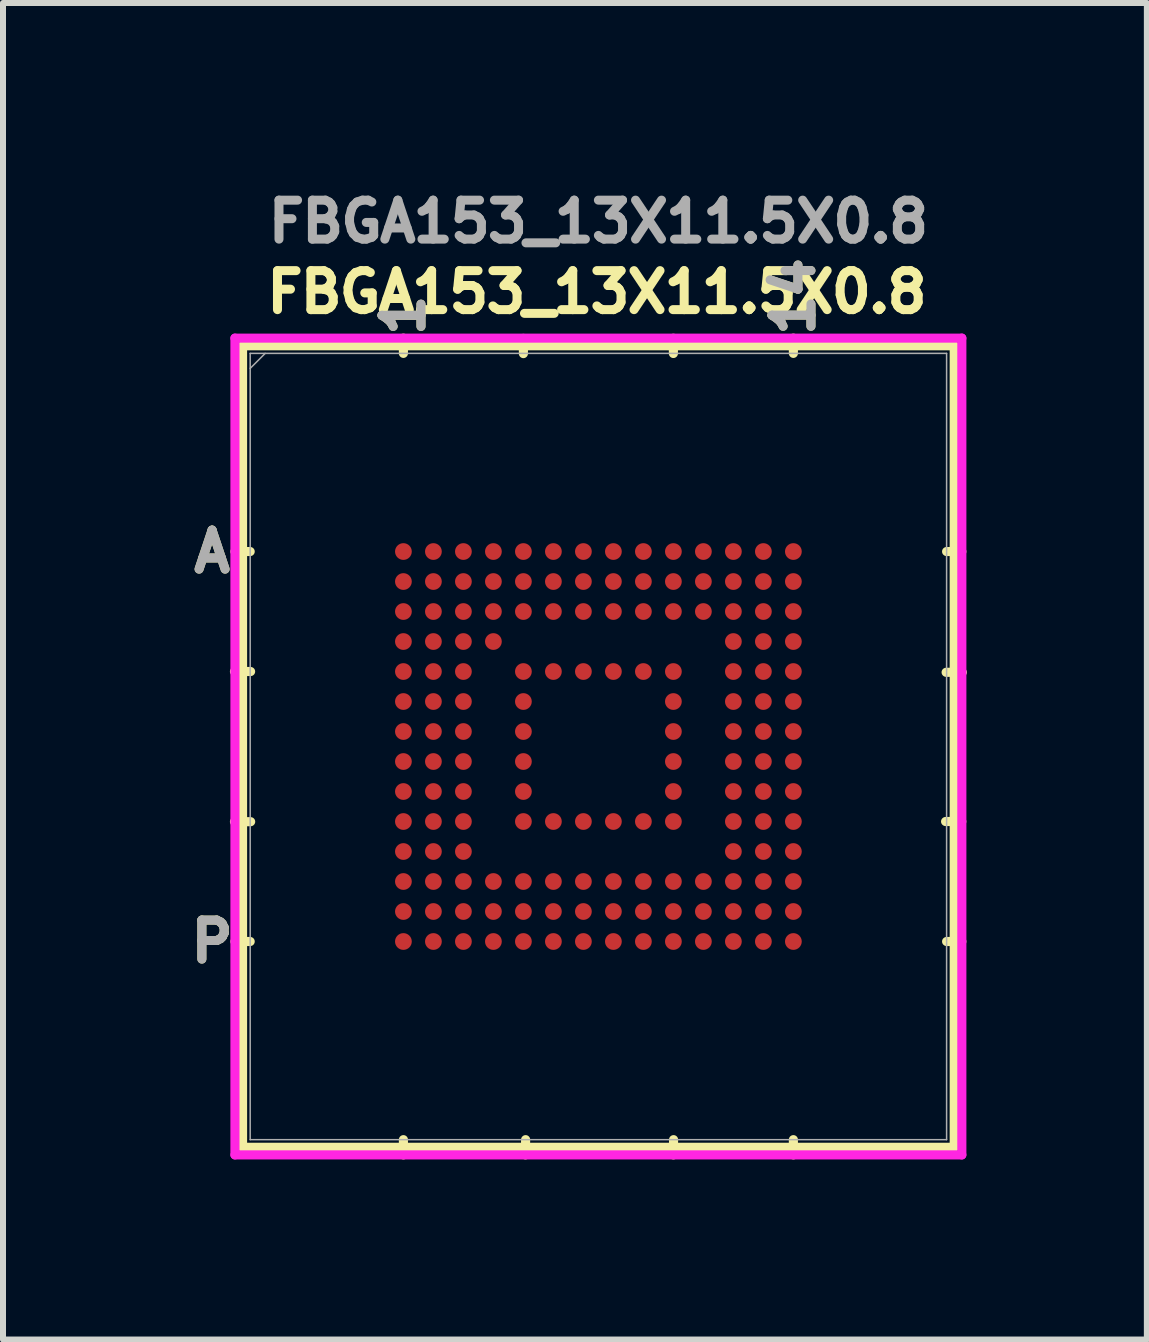
<source format=kicad_pcb>
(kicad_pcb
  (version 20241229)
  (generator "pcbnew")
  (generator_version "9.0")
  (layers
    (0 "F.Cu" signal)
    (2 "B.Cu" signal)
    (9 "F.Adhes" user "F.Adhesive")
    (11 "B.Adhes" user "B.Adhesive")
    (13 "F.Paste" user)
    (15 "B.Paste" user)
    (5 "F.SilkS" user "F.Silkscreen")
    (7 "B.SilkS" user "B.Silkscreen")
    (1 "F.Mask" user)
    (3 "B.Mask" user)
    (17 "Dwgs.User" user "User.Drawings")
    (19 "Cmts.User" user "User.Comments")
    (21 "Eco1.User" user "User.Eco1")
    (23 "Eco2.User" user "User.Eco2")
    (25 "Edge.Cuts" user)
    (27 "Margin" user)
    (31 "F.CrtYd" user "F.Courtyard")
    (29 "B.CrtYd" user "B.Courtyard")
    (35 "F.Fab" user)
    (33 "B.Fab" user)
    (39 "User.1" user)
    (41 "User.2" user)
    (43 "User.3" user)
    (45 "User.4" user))
  (footprint "FBGA153_13X11.5X0.8"
    (layer "F.Cu")
    (at 6.924 9.393)
    (property "Reference" "FBGA153_13X11.5X0.8" (at -0.025 -7.575 0) (unlocked yes) (layer "F.SilkS") (effects (font (size 0.65 0.65) (thickness 0.15))))
    (attr smd)
    (fp_line (start -5.931 -6.68) (end -5.931 6.68) (stroke (width 0.152) (type solid)) (layer "F.SilkS"))
    (fp_line (start -5.931 6.68) (end 5.931 6.68) (stroke (width 0.152) (type solid)) (layer "F.SilkS"))
    (fp_line (start -5.804 -3.25) (end -6.058 -3.25) (stroke (width 0.152) (type solid)) (layer "F.SilkS"))
    (fp_line (start -5.804 3.25) (end -6.058 3.25) (stroke (width 0.152) (type solid)) (layer "F.SilkS"))
    (fp_line (start -5.797 -1.25) (end -6.066 -1.25) (stroke (width 0.152) (type solid)) (layer "F.SilkS"))
    (fp_line (start -5.796 1.253) (end -6.066 1.253) (stroke (width 0.152) (type solid)) (layer "F.SilkS"))
    (fp_line (start -3.25 -6.553) (end -3.25 -6.807) (stroke (width 0.152) (type solid)) (layer "F.SilkS"))
    (fp_line (start -3.25 6.553) (end -3.25 6.807) (stroke (width 0.152) (type solid)) (layer "F.SilkS"))
    (fp_line (start -1.25 -6.549) (end -1.25 -6.803) (stroke (width 0.152) (type solid)) (layer "F.SilkS"))
    (fp_line (start -1.216 6.807) (end -1.213 6.553) (stroke (width 0.152) (type solid)) (layer "F.SilkS"))
    (fp_line (start 1.25 -6.551) (end 1.25 -6.805) (stroke (width 0.152) (type solid)) (layer "F.SilkS"))
    (fp_line (start 1.25 6.807) (end 1.253 6.553) (stroke (width 0.152) (type solid)) (layer "F.SilkS"))
    (fp_line (start 3.25 -6.553) (end 3.25 -6.807) (stroke (width 0.152) (type solid)) (layer "F.SilkS"))
    (fp_line (start 3.25 6.553) (end 3.25 6.807) (stroke (width 0.152) (type solid)) (layer "F.SilkS"))
    (fp_line (start 5.804 -3.25) (end 6.058 -3.25) (stroke (width 0.152) (type solid)) (layer "F.SilkS"))
    (fp_line (start 5.804 3.25) (end 6.058 3.25) (stroke (width 0.152) (type solid)) (layer "F.SilkS"))
    (fp_line (start 5.931 -6.68) (end -5.931 -6.68) (stroke (width 0.152) (type solid)) (layer "F.SilkS"))
    (fp_line (start 5.931 6.68) (end 5.931 -6.68) (stroke (width 0.152) (type solid)) (layer "F.SilkS"))
    (fp_line (start 6.057 1.25) (end 5.787 1.25) (stroke (width 0.152) (type solid)) (layer "F.SilkS"))
    (fp_line (start 6.066 -1.237) (end 5.796 -1.237) (stroke (width 0.152) (type solid)) (layer "F.SilkS"))
    (fp_line (start -6.058 -6.807) (end 6.058 -6.807) (stroke (width 0.152) (type solid)) (layer "F.CrtYd"))
    (fp_line (start -6.058 6.807) (end -6.058 -6.807) (stroke (width 0.152) (type solid)) (layer "F.CrtYd"))
    (fp_line (start 6.058 -6.807) (end 6.058 6.807) (stroke (width 0.152) (type solid)) (layer "F.CrtYd"))
    (fp_line (start 6.058 6.807) (end -6.058 6.807) (stroke (width 0.152) (type solid)) (layer "F.CrtYd"))
    (fp_line (start -5.804 -6.553) (end -5.804 6.553) (stroke (width 0.025) (type solid)) (layer "F.Fab"))
    (fp_line (start -5.804 6.553) (end 5.804 6.553) (stroke (width 0.025) (type solid)) (layer "F.Fab"))
    (fp_line (start -5.554 -6.553) (end -5.804 -6.303) (stroke (width 0.025) (type solid)) (layer "F.Fab"))
    (fp_line (start 5.804 -6.553) (end -5.804 -6.553) (stroke (width 0.025) (type solid)) (layer "F.Fab"))
    (fp_line (start 5.804 6.553) (end 5.804 -6.553) (stroke (width 0.025) (type solid)) (layer "F.Fab"))
    (fp_text user "1" (at -3.25 -7.188 90) (unlocked yes) (layer "F.SilkS") (effects (font (size 0.65 0.65) (thickness 0.15))))
    (fp_text user "A" (at -6.439 -3.25 0) (unlocked yes) (layer "F.SilkS") (effects (font (size 0.65 0.65) (thickness 0.15))))
    (fp_text user "14" (at 3.25 -7.5 90) (unlocked yes) (layer "F.SilkS") (effects (font (size 0.65 0.65) (thickness 0.15))))
    (fp_text user "P" (at -6.439 3.25 0) (unlocked yes) (layer "F.SilkS") (effects (font (size 0.65 0.65) (thickness 0.15))))
    (fp_text user "1" (at -3.25 -7.188 90) (unlocked yes) (layer "F.Fab") (effects (font (size 0.65 0.65) (thickness 0.15))))
    (fp_text user "14" (at 3.25 -7.5 90) (unlocked yes) (layer "F.Fab") (effects (font (size 0.65 0.65) (thickness 0.15))))
    (fp_text user "P" (at -6.439 3.25 0) (unlocked yes) (layer "F.Fab") (effects (font (size 0.65 0.65) (thickness 0.15))))
    (fp_text user "${REFERENCE}" (at 0 -8.75 0) (unlocked yes) (layer "F.Fab") (effects (font (size 0.65 0.65) (thickness 0.15))))
    (fp_text user "A" (at -6.439 -3.25 0) (unlocked yes) (layer "F.Fab") (effects (font (size 0.65 0.65) (thickness 0.15))))
    (pad "A1" smd circle (at -3.25 -3.25) (size 0.279 0.279) (layers "F.Cu" "F.Mask" "F.Paste"))
    (pad "A2" smd circle (at -2.75 -3.25) (size 0.279 0.279) (layers "F.Cu" "F.Mask" "F.Paste"))
    (pad "A3" smd circle (at -2.25 -3.25) (size 0.279 0.279) (layers "F.Cu" "F.Mask" "F.Paste"))
    (pad "A4" smd circle (at -1.75 -3.25) (size 0.279 0.279) (layers "F.Cu" "F.Mask" "F.Paste"))
    (pad "A5" smd circle (at -1.25 -3.25) (size 0.279 0.279) (layers "F.Cu" "F.Mask" "F.Paste"))
    (pad "A6" smd circle (at -0.75 -3.25) (size 0.279 0.279) (layers "F.Cu" "F.Mask" "F.Paste"))
    (pad "A7" smd circle (at -0.25 -3.25) (size 0.279 0.279) (layers "F.Cu" "F.Mask" "F.Paste"))
    (pad "A8" smd circle (at 0.25 -3.25) (size 0.279 0.279) (layers "F.Cu" "F.Mask" "F.Paste"))
    (pad "A9" smd circle (at 0.75 -3.25) (size 0.279 0.279) (layers "F.Cu" "F.Mask" "F.Paste"))
    (pad "A10" smd circle (at 1.25 -3.25) (size 0.279 0.279) (layers "F.Cu" "F.Mask" "F.Paste"))
    (pad "A11" smd circle (at 1.75 -3.25) (size 0.279 0.279) (layers "F.Cu" "F.Mask" "F.Paste"))
    (pad "A12" smd circle (at 2.25 -3.25) (size 0.279 0.279) (layers "F.Cu" "F.Mask" "F.Paste"))
    (pad "A13" smd circle (at 2.75 -3.25) (size 0.279 0.279) (layers "F.Cu" "F.Mask" "F.Paste"))
    (pad "A14" smd circle (at 3.25 -3.25) (size 0.279 0.279) (layers "F.Cu" "F.Mask" "F.Paste"))
    (pad "B1" smd circle (at -3.25 -2.75) (size 0.279 0.279) (layers "F.Cu" "F.Mask" "F.Paste"))
    (pad "B2" smd circle (at -2.75 -2.75) (size 0.279 0.279) (layers "F.Cu" "F.Mask" "F.Paste"))
    (pad "B3" smd circle (at -2.25 -2.75) (size 0.279 0.279) (layers "F.Cu" "F.Mask" "F.Paste"))
    (pad "B4" smd circle (at -1.75 -2.75) (size 0.279 0.279) (layers "F.Cu" "F.Mask" "F.Paste"))
    (pad "B5" smd circle (at -1.25 -2.75) (size 0.279 0.279) (layers "F.Cu" "F.Mask" "F.Paste"))
    (pad "B6" smd circle (at -0.75 -2.75) (size 0.279 0.279) (layers "F.Cu" "F.Mask" "F.Paste"))
    (pad "B7" smd circle (at -0.25 -2.75) (size 0.279 0.279) (layers "F.Cu" "F.Mask" "F.Paste"))
    (pad "B8" smd circle (at 0.25 -2.75) (size 0.279 0.279) (layers "F.Cu" "F.Mask" "F.Paste"))
    (pad "B9" smd circle (at 0.75 -2.75) (size 0.279 0.279) (layers "F.Cu" "F.Mask" "F.Paste"))
    (pad "B10" smd circle (at 1.25 -2.75) (size 0.279 0.279) (layers "F.Cu" "F.Mask" "F.Paste"))
    (pad "B11" smd circle (at 1.75 -2.75) (size 0.279 0.279) (layers "F.Cu" "F.Mask" "F.Paste"))
    (pad "B12" smd circle (at 2.25 -2.75) (size 0.279 0.279) (layers "F.Cu" "F.Mask" "F.Paste"))
    (pad "B13" smd circle (at 2.75 -2.75) (size 0.279 0.279) (layers "F.Cu" "F.Mask" "F.Paste"))
    (pad "B14" smd circle (at 3.25 -2.75) (size 0.279 0.279) (layers "F.Cu" "F.Mask" "F.Paste"))
    (pad "C1" smd circle (at -3.25 -2.25) (size 0.279 0.279) (layers "F.Cu" "F.Mask" "F.Paste"))
    (pad "C2" smd circle (at -2.75 -2.25) (size 0.279 0.279) (layers "F.Cu" "F.Mask" "F.Paste"))
    (pad "C3" smd circle (at -2.25 -2.25) (size 0.279 0.279) (layers "F.Cu" "F.Mask" "F.Paste"))
    (pad "C4" smd circle (at -1.75 -2.25) (size 0.279 0.279) (layers "F.Cu" "F.Mask" "F.Paste"))
    (pad "C5" smd circle (at -1.25 -2.25) (size 0.279 0.279) (layers "F.Cu" "F.Mask" "F.Paste"))
    (pad "C6" smd circle (at -0.75 -2.25) (size 0.279 0.279) (layers "F.Cu" "F.Mask" "F.Paste"))
    (pad "C7" smd circle (at -0.25 -2.25) (size 0.279 0.279) (layers "F.Cu" "F.Mask" "F.Paste"))
    (pad "C8" smd circle (at 0.25 -2.25) (size 0.279 0.279) (layers "F.Cu" "F.Mask" "F.Paste"))
    (pad "C9" smd circle (at 0.75 -2.25) (size 0.279 0.279) (layers "F.Cu" "F.Mask" "F.Paste"))
    (pad "C10" smd circle (at 1.25 -2.25) (size 0.279 0.279) (layers "F.Cu" "F.Mask" "F.Paste"))
    (pad "C11" smd circle (at 1.75 -2.25) (size 0.279 0.279) (layers "F.Cu" "F.Mask" "F.Paste"))
    (pad "C12" smd circle (at 2.25 -2.25) (size 0.279 0.279) (layers "F.Cu" "F.Mask" "F.Paste"))
    (pad "C13" smd circle (at 2.75 -2.25) (size 0.279 0.279) (layers "F.Cu" "F.Mask" "F.Paste"))
    (pad "C14" smd circle (at 3.25 -2.25) (size 0.279 0.279) (layers "F.Cu" "F.Mask" "F.Paste"))
    (pad "D1" smd circle (at -3.25 -1.75) (size 0.279 0.279) (layers "F.Cu" "F.Mask" "F.Paste"))
    (pad "D2" smd circle (at -2.75 -1.75) (size 0.279 0.279) (layers "F.Cu" "F.Mask" "F.Paste"))
    (pad "D3" smd circle (at -2.25 -1.75) (size 0.279 0.279) (layers "F.Cu" "F.Mask" "F.Paste"))
    (pad "D4" smd circle (at -1.75 -1.75) (size 0.279 0.279) (layers "F.Cu" "F.Mask" "F.Paste"))
    (pad "D12" smd circle (at 2.25 -1.75) (size 0.279 0.279) (layers "F.Cu" "F.Mask" "F.Paste"))
    (pad "D13" smd circle (at 2.75 -1.75) (size 0.279 0.279) (layers "F.Cu" "F.Mask" "F.Paste"))
    (pad "D14" smd circle (at 3.25 -1.75) (size 0.279 0.279) (layers "F.Cu" "F.Mask" "F.Paste"))
    (pad "E1" smd circle (at -3.25 -1.25) (size 0.279 0.279) (layers "F.Cu" "F.Mask" "F.Paste"))
    (pad "E2" smd circle (at -2.75 -1.25) (size 0.279 0.279) (layers "F.Cu" "F.Mask" "F.Paste"))
    (pad "E3" smd circle (at -2.25 -1.25) (size 0.279 0.279) (layers "F.Cu" "F.Mask" "F.Paste"))
    (pad "E5" smd circle (at -1.25 -1.25) (size 0.279 0.279) (layers "F.Cu" "F.Mask" "F.Paste"))
    (pad "E6" smd circle (at -0.75 -1.25) (size 0.279 0.279) (layers "F.Cu" "F.Mask" "F.Paste"))
    (pad "E7" smd circle (at -0.25 -1.25) (size 0.279 0.279) (layers "F.Cu" "F.Mask" "F.Paste"))
    (pad "E8" smd circle (at 0.25 -1.25) (size 0.279 0.279) (layers "F.Cu" "F.Mask" "F.Paste"))
    (pad "E9" smd circle (at 0.75 -1.25) (size 0.279 0.279) (layers "F.Cu" "F.Mask" "F.Paste"))
    (pad "E10" smd circle (at 1.25 -1.25) (size 0.279 0.279) (layers "F.Cu" "F.Mask" "F.Paste"))
    (pad "E12" smd circle (at 2.25 -1.25) (size 0.279 0.279) (layers "F.Cu" "F.Mask" "F.Paste"))
    (pad "E13" smd circle (at 2.75 -1.25) (size 0.279 0.279) (layers "F.Cu" "F.Mask" "F.Paste"))
    (pad "E14" smd circle (at 3.25 -1.25) (size 0.279 0.279) (layers "F.Cu" "F.Mask" "F.Paste"))
    (pad "F1" smd circle (at -3.25 -0.75) (size 0.279 0.279) (layers "F.Cu" "F.Mask" "F.Paste"))
    (pad "F2" smd circle (at -2.75 -0.75) (size 0.279 0.279) (layers "F.Cu" "F.Mask" "F.Paste"))
    (pad "F3" smd circle (at -2.25 -0.75) (size 0.279 0.279) (layers "F.Cu" "F.Mask" "F.Paste"))
    (pad "F5" smd circle (at -1.25 -0.75) (size 0.279 0.279) (layers "F.Cu" "F.Mask" "F.Paste"))
    (pad "F10" smd circle (at 1.25 -0.75) (size 0.279 0.279) (layers "F.Cu" "F.Mask" "F.Paste"))
    (pad "F12" smd circle (at 2.25 -0.75) (size 0.279 0.279) (layers "F.Cu" "F.Mask" "F.Paste"))
    (pad "F13" smd circle (at 2.75 -0.75) (size 0.279 0.279) (layers "F.Cu" "F.Mask" "F.Paste"))
    (pad "F14" smd circle (at 3.25 -0.75) (size 0.279 0.279) (layers "F.Cu" "F.Mask" "F.Paste"))
    (pad "G1" smd circle (at -3.25 -0.25) (size 0.279 0.279) (layers "F.Cu" "F.Mask" "F.Paste"))
    (pad "G2" smd circle (at -2.75 -0.25) (size 0.279 0.279) (layers "F.Cu" "F.Mask" "F.Paste"))
    (pad "G3" smd circle (at -2.25 -0.25) (size 0.279 0.279) (layers "F.Cu" "F.Mask" "F.Paste"))
    (pad "G5" smd circle (at -1.25 -0.25) (size 0.279 0.279) (layers "F.Cu" "F.Mask" "F.Paste"))
    (pad "G10" smd circle (at 1.25 -0.25) (size 0.279 0.279) (layers "F.Cu" "F.Mask" "F.Paste"))
    (pad "G12" smd circle (at 2.25 -0.25) (size 0.279 0.279) (layers "F.Cu" "F.Mask" "F.Paste"))
    (pad "G13" smd circle (at 2.75 -0.25) (size 0.279 0.279) (layers "F.Cu" "F.Mask" "F.Paste"))
    (pad "G14" smd circle (at 3.25 -0.25) (size 0.279 0.279) (layers "F.Cu" "F.Mask" "F.Paste"))
    (pad "H1" smd circle (at -3.25 0.25) (size 0.279 0.279) (layers "F.Cu" "F.Mask" "F.Paste"))
    (pad "H2" smd circle (at -2.75 0.25) (size 0.279 0.279) (layers "F.Cu" "F.Mask" "F.Paste"))
    (pad "H3" smd circle (at -2.25 0.25) (size 0.279 0.279) (layers "F.Cu" "F.Mask" "F.Paste"))
    (pad "H5" smd circle (at -1.25 0.25) (size 0.279 0.279) (layers "F.Cu" "F.Mask" "F.Paste"))
    (pad "H10" smd circle (at 1.25 0.25) (size 0.279 0.279) (layers "F.Cu" "F.Mask" "F.Paste"))
    (pad "H12" smd circle (at 2.25 0.25) (size 0.279 0.279) (layers "F.Cu" "F.Mask" "F.Paste"))
    (pad "H13" smd circle (at 2.75 0.25) (size 0.279 0.279) (layers "F.Cu" "F.Mask" "F.Paste"))
    (pad "H14" smd circle (at 3.25 0.25) (size 0.279 0.279) (layers "F.Cu" "F.Mask" "F.Paste"))
    (pad "J1" smd circle (at -3.25 0.75) (size 0.279 0.279) (layers "F.Cu" "F.Mask" "F.Paste"))
    (pad "J2" smd circle (at -2.75 0.75) (size 0.279 0.279) (layers "F.Cu" "F.Mask" "F.Paste"))
    (pad "J3" smd circle (at -2.25 0.75) (size 0.279 0.279) (layers "F.Cu" "F.Mask" "F.Paste"))
    (pad "J5" smd circle (at -1.25 0.75) (size 0.279 0.279) (layers "F.Cu" "F.Mask" "F.Paste"))
    (pad "J10" smd circle (at 1.25 0.75) (size 0.279 0.279) (layers "F.Cu" "F.Mask" "F.Paste"))
    (pad "J12" smd circle (at 2.25 0.75) (size 0.279 0.279) (layers "F.Cu" "F.Mask" "F.Paste"))
    (pad "J13" smd circle (at 2.75 0.75) (size 0.279 0.279) (layers "F.Cu" "F.Mask" "F.Paste"))
    (pad "J14" smd circle (at 3.25 0.75) (size 0.279 0.279) (layers "F.Cu" "F.Mask" "F.Paste"))
    (pad "K1" smd circle (at -3.25 1.25) (size 0.279 0.279) (layers "F.Cu" "F.Mask" "F.Paste"))
    (pad "K2" smd circle (at -2.75 1.25) (size 0.279 0.279) (layers "F.Cu" "F.Mask" "F.Paste"))
    (pad "K3" smd circle (at -2.25 1.25) (size 0.279 0.279) (layers "F.Cu" "F.Mask" "F.Paste"))
    (pad "K5" smd circle (at -1.25 1.25) (size 0.279 0.279) (layers "F.Cu" "F.Mask" "F.Paste"))
    (pad "K6" smd circle (at -0.75 1.25) (size 0.279 0.279) (layers "F.Cu" "F.Mask" "F.Paste"))
    (pad "K7" smd circle (at -0.25 1.25) (size 0.279 0.279) (layers "F.Cu" "F.Mask" "F.Paste"))
    (pad "K8" smd circle (at 0.25 1.25) (size 0.279 0.279) (layers "F.Cu" "F.Mask" "F.Paste"))
    (pad "K9" smd circle (at 0.75 1.25) (size 0.279 0.279) (layers "F.Cu" "F.Mask" "F.Paste"))
    (pad "K10" smd circle (at 1.25 1.25) (size 0.279 0.279) (layers "F.Cu" "F.Mask" "F.Paste"))
    (pad "K12" smd circle (at 2.25 1.25) (size 0.279 0.279) (layers "F.Cu" "F.Mask" "F.Paste"))
    (pad "K13" smd circle (at 2.75 1.25) (size 0.279 0.279) (layers "F.Cu" "F.Mask" "F.Paste"))
    (pad "K14" smd circle (at 3.25 1.25) (size 0.279 0.279) (layers "F.Cu" "F.Mask" "F.Paste"))
    (pad "L1" smd circle (at -3.25 1.75) (size 0.279 0.279) (layers "F.Cu" "F.Mask" "F.Paste"))
    (pad "L2" smd circle (at -2.75 1.75) (size 0.279 0.279) (layers "F.Cu" "F.Mask" "F.Paste"))
    (pad "L3" smd circle (at -2.25 1.75) (size 0.279 0.279) (layers "F.Cu" "F.Mask" "F.Paste"))
    (pad "L12" smd circle (at 2.25 1.75) (size 0.279 0.279) (layers "F.Cu" "F.Mask" "F.Paste"))
    (pad "L13" smd circle (at 2.75 1.75) (size 0.279 0.279) (layers "F.Cu" "F.Mask" "F.Paste"))
    (pad "L14" smd circle (at 3.25 1.75) (size 0.279 0.279) (layers "F.Cu" "F.Mask" "F.Paste"))
    (pad "M1" smd circle (at -3.25 2.25) (size 0.279 0.279) (layers "F.Cu" "F.Mask" "F.Paste"))
    (pad "M2" smd circle (at -2.75 2.25) (size 0.279 0.279) (layers "F.Cu" "F.Mask" "F.Paste"))
    (pad "M3" smd circle (at -2.25 2.25) (size 0.279 0.279) (layers "F.Cu" "F.Mask" "F.Paste"))
    (pad "M4" smd circle (at -1.75 2.25) (size 0.279 0.279) (layers "F.Cu" "F.Mask" "F.Paste"))
    (pad "M5" smd circle (at -1.25 2.25) (size 0.279 0.279) (layers "F.Cu" "F.Mask" "F.Paste"))
    (pad "M6" smd circle (at -0.75 2.25) (size 0.279 0.279) (layers "F.Cu" "F.Mask" "F.Paste"))
    (pad "M7" smd circle (at -0.25 2.25) (size 0.279 0.279) (layers "F.Cu" "F.Mask" "F.Paste"))
    (pad "M8" smd circle (at 0.25 2.25) (size 0.279 0.279) (layers "F.Cu" "F.Mask" "F.Paste"))
    (pad "M9" smd circle (at 0.75 2.25) (size 0.279 0.279) (layers "F.Cu" "F.Mask" "F.Paste"))
    (pad "M10" smd circle (at 1.25 2.25) (size 0.279 0.279) (layers "F.Cu" "F.Mask" "F.Paste"))
    (pad "M11" smd circle (at 1.75 2.25) (size 0.279 0.279) (layers "F.Cu" "F.Mask" "F.Paste"))
    (pad "M12" smd circle (at 2.25 2.25) (size 0.279 0.279) (layers "F.Cu" "F.Mask" "F.Paste"))
    (pad "M13" smd circle (at 2.75 2.25) (size 0.279 0.279) (layers "F.Cu" "F.Mask" "F.Paste"))
    (pad "M14" smd circle (at 3.25 2.25) (size 0.279 0.279) (layers "F.Cu" "F.Mask" "F.Paste"))
    (pad "N1" smd circle (at -3.25 2.75) (size 0.279 0.279) (layers "F.Cu" "F.Mask" "F.Paste"))
    (pad "N2" smd circle (at -2.75 2.75) (size 0.279 0.279) (layers "F.Cu" "F.Mask" "F.Paste"))
    (pad "N3" smd circle (at -2.25 2.75) (size 0.279 0.279) (layers "F.Cu" "F.Mask" "F.Paste"))
    (pad "N4" smd circle (at -1.75 2.75) (size 0.279 0.279) (layers "F.Cu" "F.Mask" "F.Paste"))
    (pad "N5" smd circle (at -1.25 2.75) (size 0.279 0.279) (layers "F.Cu" "F.Mask" "F.Paste"))
    (pad "N6" smd circle (at -0.75 2.75) (size 0.279 0.279) (layers "F.Cu" "F.Mask" "F.Paste"))
    (pad "N7" smd circle (at -0.25 2.75) (size 0.279 0.279) (layers "F.Cu" "F.Mask" "F.Paste"))
    (pad "N8" smd circle (at 0.25 2.75) (size 0.279 0.279) (layers "F.Cu" "F.Mask" "F.Paste"))
    (pad "N9" smd circle (at 0.75 2.75) (size 0.279 0.279) (layers "F.Cu" "F.Mask" "F.Paste"))
    (pad "N10" smd circle (at 1.25 2.75) (size 0.279 0.279) (layers "F.Cu" "F.Mask" "F.Paste"))
    (pad "N11" smd circle (at 1.75 2.75) (size 0.279 0.279) (layers "F.Cu" "F.Mask" "F.Paste"))
    (pad "N12" smd circle (at 2.25 2.75) (size 0.279 0.279) (layers "F.Cu" "F.Mask" "F.Paste"))
    (pad "N13" smd circle (at 2.75 2.75) (size 0.279 0.279) (layers "F.Cu" "F.Mask" "F.Paste"))
    (pad "N14" smd circle (at 3.25 2.75) (size 0.279 0.279) (layers "F.Cu" "F.Mask" "F.Paste"))
    (pad "P1" smd circle (at -3.25 3.25) (size 0.279 0.279) (layers "F.Cu" "F.Mask" "F.Paste"))
    (pad "P2" smd circle (at -2.75 3.25) (size 0.279 0.279) (layers "F.Cu" "F.Mask" "F.Paste"))
    (pad "P3" smd circle (at -2.25 3.25) (size 0.279 0.279) (layers "F.Cu" "F.Mask" "F.Paste"))
    (pad "P4" smd circle (at -1.75 3.25) (size 0.279 0.279) (layers "F.Cu" "F.Mask" "F.Paste"))
    (pad "P5" smd circle (at -1.25 3.25) (size 0.279 0.279) (layers "F.Cu" "F.Mask" "F.Paste"))
    (pad "P6" smd circle (at -0.75 3.25) (size 0.279 0.279) (layers "F.Cu" "F.Mask" "F.Paste"))
    (pad "P7" smd circle (at -0.25 3.25) (size 0.279 0.279) (layers "F.Cu" "F.Mask" "F.Paste"))
    (pad "P8" smd circle (at 0.25 3.25) (size 0.279 0.279) (layers "F.Cu" "F.Mask" "F.Paste"))
    (pad "P9" smd circle (at 0.75 3.25) (size 0.279 0.279) (layers "F.Cu" "F.Mask" "F.Paste"))
    (pad "P10" smd circle (at 1.25 3.25) (size 0.279 0.279) (layers "F.Cu" "F.Mask" "F.Paste"))
    (pad "P11" smd circle (at 1.75 3.25) (size 0.279 0.279) (layers "F.Cu" "F.Mask" "F.Paste"))
    (pad "P12" smd circle (at 2.25 3.25) (size 0.279 0.279) (layers "F.Cu" "F.Mask" "F.Paste"))
    (pad "P13" smd circle (at 2.75 3.25) (size 0.279 0.279) (layers "F.Cu" "F.Mask" "F.Paste"))
    (pad "P14" smd circle (at 3.25 3.25) (size 0.279 0.279) (layers "F.Cu" "F.Mask" "F.Paste")))
  (gr_rect
    (start -3 -3)
    (end 16.066 19.277)
    (stroke (width 0.1) (type default))
    (fill no)
    (layer "Edge.Cuts")))
</source>
